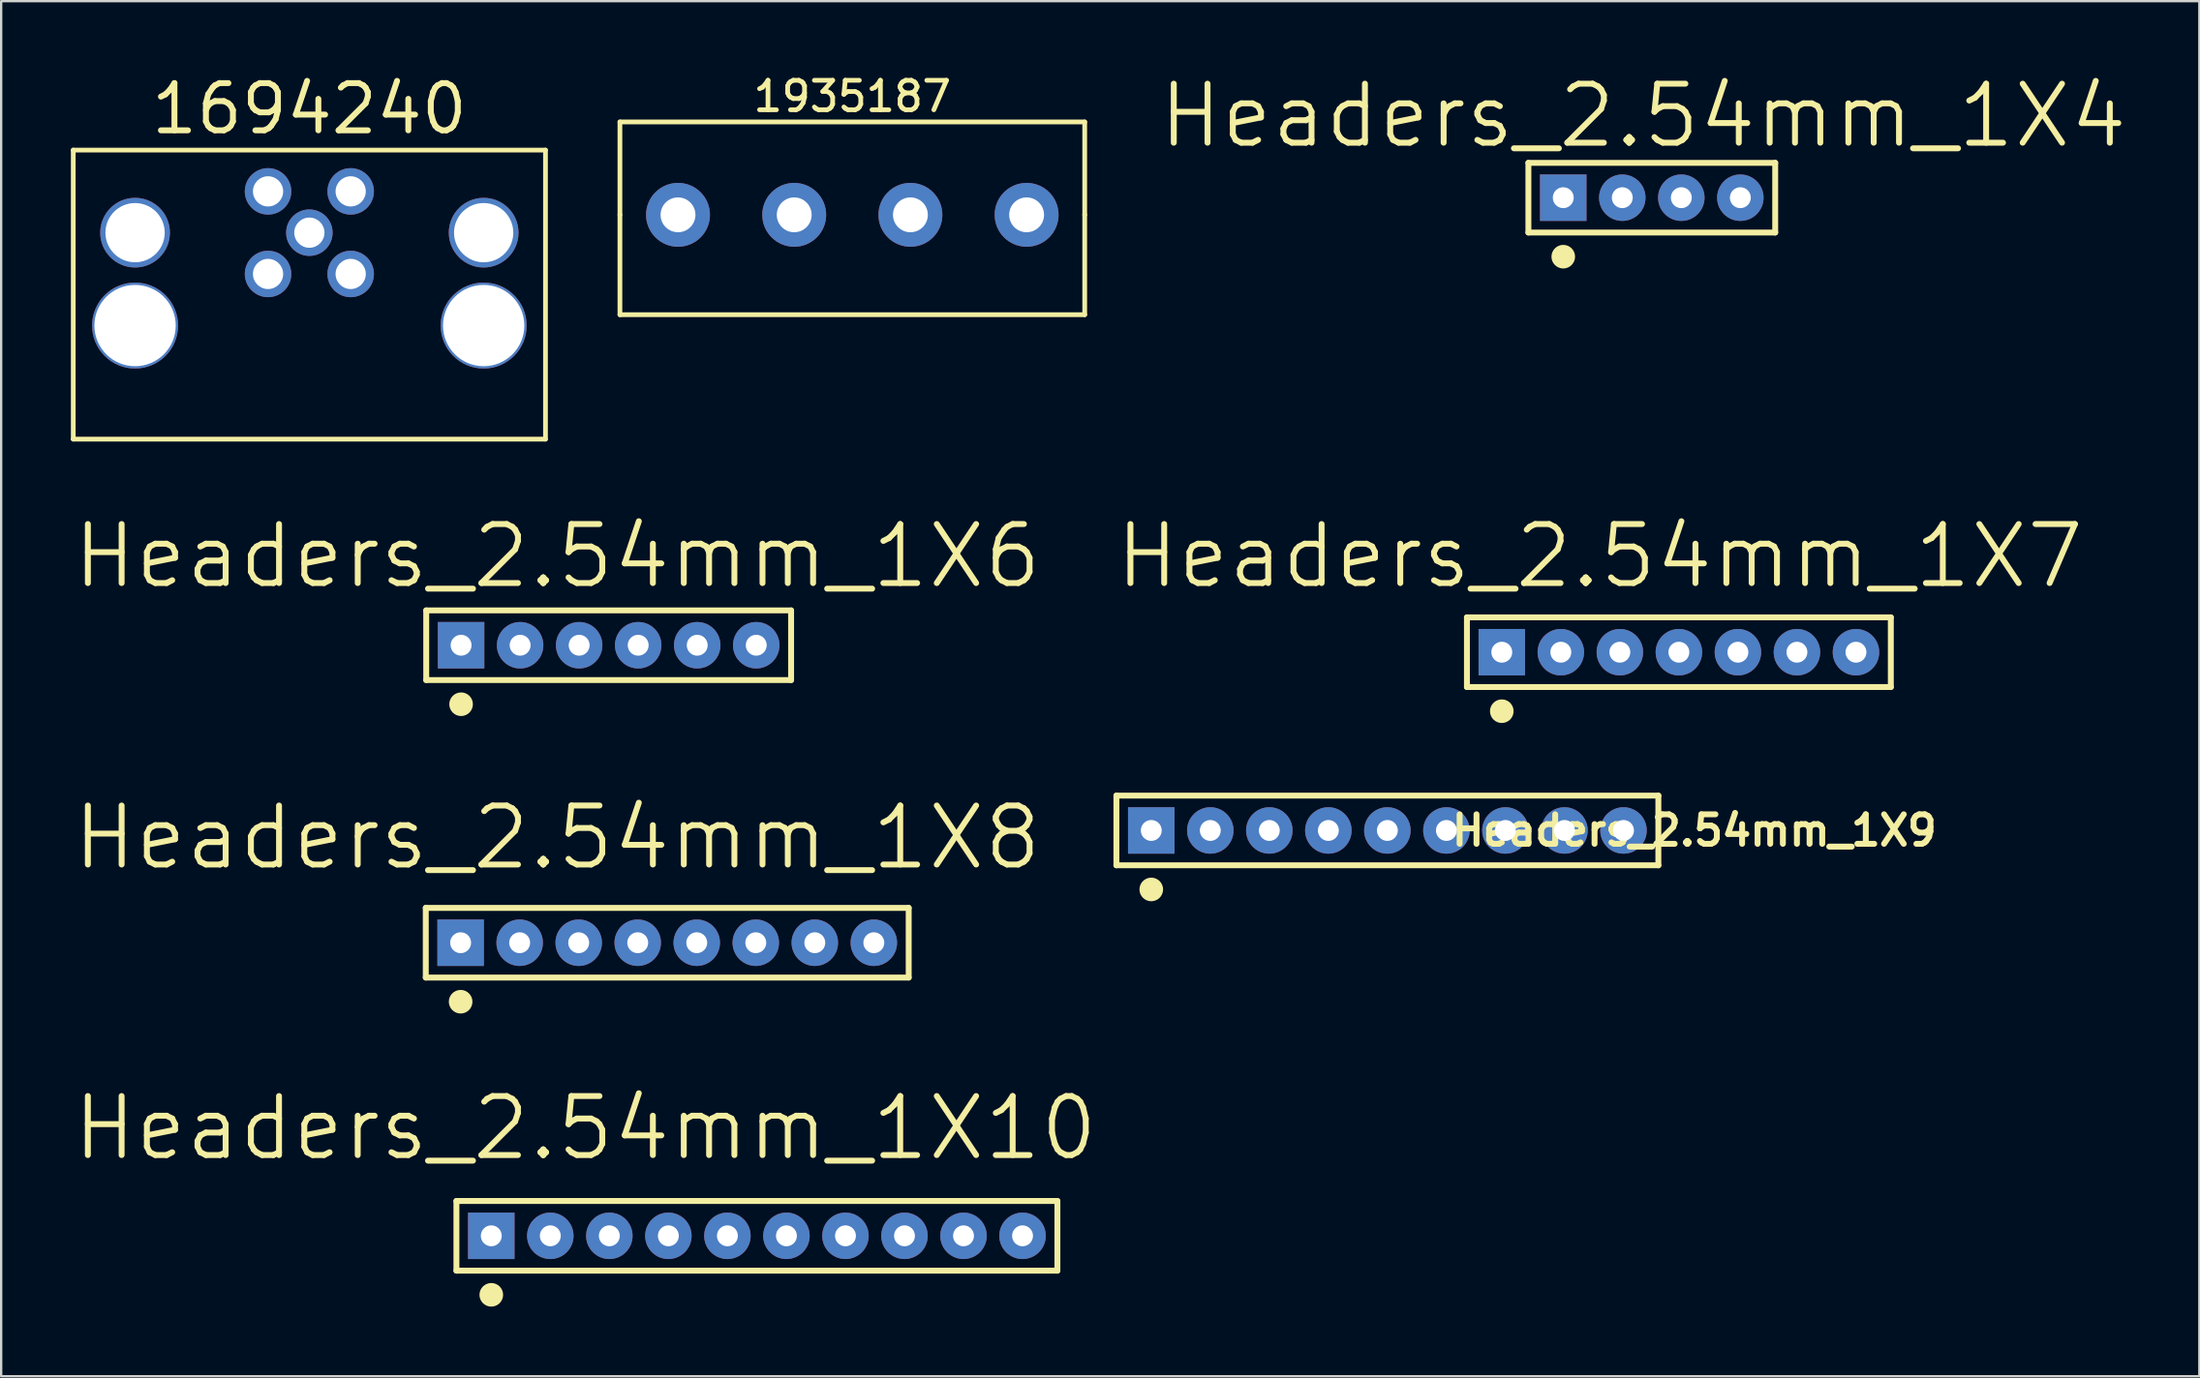
<source format=kicad_pcb>
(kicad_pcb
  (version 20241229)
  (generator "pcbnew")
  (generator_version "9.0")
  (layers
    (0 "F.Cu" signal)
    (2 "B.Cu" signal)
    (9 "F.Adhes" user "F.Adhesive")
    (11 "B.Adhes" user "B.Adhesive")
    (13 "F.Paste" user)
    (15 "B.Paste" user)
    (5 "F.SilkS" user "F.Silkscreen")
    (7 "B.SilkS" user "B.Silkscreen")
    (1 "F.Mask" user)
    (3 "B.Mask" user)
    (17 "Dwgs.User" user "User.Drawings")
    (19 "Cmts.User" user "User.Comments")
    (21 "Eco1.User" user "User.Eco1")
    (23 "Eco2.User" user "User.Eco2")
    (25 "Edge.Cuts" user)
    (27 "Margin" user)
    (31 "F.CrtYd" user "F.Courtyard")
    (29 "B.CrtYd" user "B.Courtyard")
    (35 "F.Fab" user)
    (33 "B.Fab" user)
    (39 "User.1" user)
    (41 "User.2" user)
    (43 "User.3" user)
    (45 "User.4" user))
  (footprint "1694240"
    (layer "F.Cu")
    (at 10.262 6.968)
    (property "Reference" "1694240" (at 0 -5.334 0) (layer "F.SilkS") (effects (font (size 2.032 2.032) (thickness 0.254))))
    (attr through_hole)
    (fp_line (start -10.16 -3.556) (end -10.16 8.89) (stroke (width 0.203) (type solid)) (layer "F.SilkS"))
    (fp_line (start -10.16 8.89) (end 10.16 8.89) (stroke (width 0.203) (type solid)) (layer "F.SilkS"))
    (fp_line (start 10.16 -3.556) (end -10.16 -3.556) (stroke (width 0.203) (type solid)) (layer "F.SilkS"))
    (fp_line (start 10.16 -3.556) (end 10.16 8.89) (stroke (width 0.203) (type solid)) (layer "F.SilkS"))
    (pad "1" thru_hole circle (at -1.778 -1.778) (size 2 2) (drill 1.3) (layers "*.Cu" "*.Mask"))
    (pad "2" thru_hole circle (at 1.778 -1.778) (size 2 2) (drill 1.3) (layers "*.Cu" "*.Mask"))
    (pad "3" thru_hole circle (at 1.778 1.778) (size 2 2) (drill 1.3) (layers "*.Cu" "*.Mask"))
    (pad "4" thru_hole circle (at -1.778 1.778) (size 2 2) (drill 1.3) (layers "*.Cu" "*.Mask"))
    (pad "5" thru_hole circle (at 0 0) (size 2 2) (drill 1.3) (layers "*.Cu" "*.Mask"))
    (pad "6" thru_hole circle (at -7.5 0) (size 3 3) (drill 2.55) (layers "*.Cu" "*.Mask"))
    (pad "7" thru_hole circle (at 7.5 0) (size 3 3) (drill 2.55) (layers "*.Cu" "*.Mask"))
    (pad "8" thru_hole circle (at -7.5 4) (size 3.7 3.7) (drill 3.5) (layers "*.Cu" "*.Mask"))
    (pad "9" thru_hole circle (at 7.5 4) (size 3.7 3.7) (drill 3.5) (layers "*.Cu" "*.Mask")))
  (footprint "Headers_2.54mm_1X6"
    (layer "F.Cu")
    (at 16.791 24.732)
    (property "Reference" "Headers_2.54mm_1X6" (at 4.14 -3.84 0) (layer "F.SilkS") (effects (font (size 2.54 2.54) (thickness 0.254))))
    (attr through_hole)
    (fp_line (start -1.5 -1.5) (end -1.5 1.5) (stroke (width 0.254) (type solid)) (layer "F.SilkS"))
    (fp_line (start -1.5 1.5) (end 14.2 1.5) (stroke (width 0.254) (type solid)) (layer "F.SilkS"))
    (fp_line (start 14.2 -1.5) (end -1.5 -1.5) (stroke (width 0.254) (type solid)) (layer "F.SilkS"))
    (fp_line (start 14.2 1.5) (end 14.2 -1.5) (stroke (width 0.254) (type solid)) (layer "F.SilkS"))
    (fp_circle (center 0 2.54) (end 0.254 2.54) (stroke (width 0.508) (type solid)) (fill no) (layer "F.SilkS"))
    (pad "1" thru_hole rect (at 0 0) (size 2 2) (drill 0.9) (layers "*.Cu" "*.Mask"))
    (pad "2" thru_hole circle (at 2.54 0) (size 2 2) (drill 0.9) (layers "*.Cu" "*.Mask"))
    (pad "3" thru_hole circle (at 5.08 0) (size 2 2) (drill 0.9) (layers "*.Cu" "*.Mask"))
    (pad "4" thru_hole circle (at 7.62 0) (size 2 2) (drill 0.9) (layers "*.Cu" "*.Mask"))
    (pad "5" thru_hole circle (at 10.16 0) (size 2 2) (drill 0.9) (layers "*.Cu" "*.Mask"))
    (pad "6" thru_hole circle (at 12.7 0) (size 2 2) (drill 0.9) (layers "*.Cu" "*.Mask")))
  (footprint "1935187"
    (layer "F.Cu")
    (at 38.625 6.2)
    (property "Reference" "1935187" (at -5 -5.1 0) (layer "F.SilkS") (effects (font (size 1.27 1.27) (thickness 0.203))))
    (attr through_hole)
    (fp_line (start -15 -4) (end -15 0) (stroke (width 0.203) (type solid)) (layer "F.SilkS"))
    (fp_line (start -15 0) (end -15 4.3) (stroke (width 0.203) (type solid)) (layer "F.SilkS"))
    (fp_line (start -15 4.3) (end 5 4.3) (stroke (width 0.203) (type solid)) (layer "F.SilkS"))
    (fp_line (start 5 -4) (end -15 -4) (stroke (width 0.203) (type solid)) (layer "F.SilkS"))
    (fp_line (start 5 0) (end 5 -4) (stroke (width 0.203) (type solid)) (layer "F.SilkS"))
    (fp_line (start 5 4.3) (end 5 0) (stroke (width 0.203) (type solid)) (layer "F.SilkS"))
    (pad "1" thru_hole circle (at -12.5 0) (size 2.75 2.75) (drill 1.5) (layers "*.Cu" "*.Mask"))
    (pad "2" thru_hole circle (at -7.5 0) (size 2.75 2.75) (drill 1.5) (layers "*.Cu" "*.Mask"))
    (pad "3" thru_hole circle (at -2.5 0) (size 2.75 2.75) (drill 1.5) (layers "*.Cu" "*.Mask"))
    (pad "4" thru_hole circle (at 2.5 0) (size 2.75 2.75) (drill 1.5) (layers "*.Cu" "*.Mask")))
  (footprint "Headers_2.54mm_1X9"
    (layer "F.Cu")
    (at 56.649 32.707)
    (property "Reference" "Headers_2.54mm_1X9" (at 13.208 0 0) (layer "F.SilkS") (effects (font (size 1.27 1.27) (thickness 0.254))))
    (attr through_hole)
    (fp_line (start -11.66 -1.5) (end -11.66 1.5) (stroke (width 0.254) (type solid)) (layer "F.SilkS"))
    (fp_line (start -11.66 1.5) (end 11.66 1.5) (stroke (width 0.254) (type solid)) (layer "F.SilkS"))
    (fp_line (start 11.66 -1.5) (end -11.66 -1.5) (stroke (width 0.254) (type solid)) (layer "F.SilkS"))
    (fp_line (start 11.66 1.5) (end 11.66 -1.5) (stroke (width 0.254) (type solid)) (layer "F.SilkS"))
    (fp_circle (center -10.16 2.54) (end -9.906 2.54) (stroke (width 0.508) (type solid)) (fill no) (layer "F.SilkS"))
    (pad "1" thru_hole rect (at -10.16 0) (size 2 2) (drill 0.9) (layers "*.Cu" "*.Mask"))
    (pad "2" thru_hole circle (at -7.62 0) (size 2 2) (drill 0.9) (layers "*.Cu" "*.Mask"))
    (pad "3" thru_hole circle (at -5.08 0) (size 2 2) (drill 0.9) (layers "*.Cu" "*.Mask"))
    (pad "4" thru_hole circle (at -2.54 0) (size 2 2) (drill 0.9) (layers "*.Cu" "*.Mask"))
    (pad "5" thru_hole circle (at 0 0) (size 2 2) (drill 0.9) (layers "*.Cu" "*.Mask"))
    (pad "6" thru_hole circle (at 2.54 0) (size 2 2) (drill 0.9) (layers "*.Cu" "*.Mask"))
    (pad "7" thru_hole circle (at 5.08 0) (size 2 2) (drill 0.9) (layers "*.Cu" "*.Mask"))
    (pad "8" thru_hole circle (at 7.62 0) (size 2 2) (drill 0.9) (layers "*.Cu" "*.Mask"))
    (pad "9" thru_hole circle (at 10.16 0) (size 2 2) (drill 0.9) (layers "*.Cu" "*.Mask")))
  (footprint "Headers_2.54mm_1X10"
    (layer "F.Cu")
    (at 18.09 50.161)
    (property "Reference" "Headers_2.54mm_1X10" (at 4.05 -4.64 0) (layer "F.SilkS") (effects (font (size 2.54 2.54) (thickness 0.254))))
    (attr through_hole)
    (fp_line (start -1.5 -1.5) (end -1.5 1.5) (stroke (width 0.254) (type solid)) (layer "F.SilkS"))
    (fp_line (start -1.5 1.5) (end 24.36 1.5) (stroke (width 0.254) (type solid)) (layer "F.SilkS"))
    (fp_line (start 24.36 -1.5) (end -1.5 -1.5) (stroke (width 0.254) (type solid)) (layer "F.SilkS"))
    (fp_line (start 24.36 1.5) (end 24.36 -1.5) (stroke (width 0.254) (type solid)) (layer "F.SilkS"))
    (fp_circle (center 0 2.54) (end 0.254 2.54) (stroke (width 0.508) (type solid)) (fill no) (layer "F.SilkS"))
    (pad "1" thru_hole rect (at 0 0) (size 2 2) (drill 0.9) (layers "*.Cu" "*.Mask"))
    (pad "2" thru_hole circle (at 2.54 0) (size 2 2) (drill 0.9) (layers "*.Cu" "*.Mask"))
    (pad "3" thru_hole circle (at 5.08 0) (size 2 2) (drill 0.9) (layers "*.Cu" "*.Mask"))
    (pad "4" thru_hole circle (at 7.62 0) (size 2 2) (drill 0.9) (layers "*.Cu" "*.Mask"))
    (pad "5" thru_hole circle (at 10.16 0) (size 2 2) (drill 0.9) (layers "*.Cu" "*.Mask"))
    (pad "6" thru_hole circle (at 12.7 0) (size 2 2) (drill 0.9) (layers "*.Cu" "*.Mask"))
    (pad "7" thru_hole circle (at 15.24 0) (size 2 2) (drill 0.9) (layers "*.Cu" "*.Mask"))
    (pad "8" thru_hole circle (at 17.78 0) (size 2 2) (drill 0.9) (layers "*.Cu" "*.Mask"))
    (pad "9" thru_hole circle (at 20.32 0) (size 2 2) (drill 0.9) (layers "*.Cu" "*.Mask"))
    (pad "10" thru_hole circle (at 22.86 0) (size 2 2) (drill 0.9) (layers "*.Cu" "*.Mask")))
  (footprint "Headers_2.54mm_1X8"
    (layer "F.Cu")
    (at 16.771 37.541)
    (property "Reference" "Headers_2.54mm_1X8" (at 4.16 -4.53 0) (layer "F.SilkS") (effects (font (size 2.54 2.54) (thickness 0.254))))
    (attr through_hole)
    (fp_line (start -1.5 -1.5) (end -1.5 1.5) (stroke (width 0.254) (type solid)) (layer "F.SilkS"))
    (fp_line (start -1.5 1.5) (end 19.28 1.5) (stroke (width 0.254) (type solid)) (layer "F.SilkS"))
    (fp_line (start 19.28 -1.5) (end -1.5 -1.5) (stroke (width 0.254) (type solid)) (layer "F.SilkS"))
    (fp_line (start 19.28 1.5) (end 19.28 -1.5) (stroke (width 0.254) (type solid)) (layer "F.SilkS"))
    (fp_circle (center 0 2.54) (end 0.254 2.54) (stroke (width 0.508) (type solid)) (fill no) (layer "F.SilkS"))
    (pad "1" thru_hole rect (at 0 0) (size 2 2) (drill 0.9) (layers "*.Cu" "*.Mask"))
    (pad "2" thru_hole circle (at 2.54 0) (size 2 2) (drill 0.9) (layers "*.Cu" "*.Mask"))
    (pad "3" thru_hole circle (at 5.08 0) (size 2 2) (drill 0.9) (layers "*.Cu" "*.Mask"))
    (pad "4" thru_hole circle (at 7.62 0) (size 2 2) (drill 0.9) (layers "*.Cu" "*.Mask"))
    (pad "5" thru_hole circle (at 10.16 0) (size 2 2) (drill 0.9) (layers "*.Cu" "*.Mask"))
    (pad "6" thru_hole circle (at 12.7 0) (size 2 2) (drill 0.9) (layers "*.Cu" "*.Mask"))
    (pad "7" thru_hole circle (at 15.24 0) (size 2 2) (drill 0.9) (layers "*.Cu" "*.Mask"))
    (pad "8" thru_hole circle (at 17.78 0) (size 2 2) (drill 0.9) (layers "*.Cu" "*.Mask")))
  (footprint "Headers_2.54mm_1X4"
    (layer "F.Cu")
    (at 64.217 5.462)
    (property "Reference" "Headers_2.54mm_1X4" (at 3.44 -3.53 0) (layer "F.SilkS") (effects (font (size 2.54 2.54) (thickness 0.254))))
    (attr through_hole)
    (fp_line (start -1.5 -1.5) (end -1.5 1.5) (stroke (width 0.254) (type solid)) (layer "F.SilkS"))
    (fp_line (start -1.5 1.5) (end 9.12 1.5) (stroke (width 0.254) (type solid)) (layer "F.SilkS"))
    (fp_line (start 9.12 -1.5) (end -1.5 -1.5) (stroke (width 0.254) (type solid)) (layer "F.SilkS"))
    (fp_line (start 9.12 1.5) (end 9.12 -1.5) (stroke (width 0.254) (type solid)) (layer "F.SilkS"))
    (fp_circle (center 0 2.54) (end 0.254 2.54) (stroke (width 0.508) (type solid)) (fill no) (layer "F.SilkS"))
    (pad "1" thru_hole rect (at 0 0) (size 2 2) (drill 0.9) (layers "*.Cu" "*.Mask"))
    (pad "2" thru_hole circle (at 2.54 0) (size 2 2) (drill 0.9) (layers "*.Cu" "*.Mask"))
    (pad "3" thru_hole circle (at 5.08 0) (size 2 2) (drill 0.9) (layers "*.Cu" "*.Mask"))
    (pad "4" thru_hole circle (at 7.62 0) (size 2 2) (drill 0.9) (layers "*.Cu" "*.Mask")))
  (footprint "Headers_2.54mm_1X7"
    (layer "F.Cu")
    (at 61.572 25.032)
    (property "Reference" "Headers_2.54mm_1X7" (at 4.22 -4.14 0) (layer "F.SilkS") (effects (font (size 2.54 2.54) (thickness 0.254))))
    (attr through_hole)
    (fp_line (start -1.5 -1.5) (end -1.5 1.5) (stroke (width 0.254) (type solid)) (layer "F.SilkS"))
    (fp_line (start -1.5 1.5) (end 16.74 1.5) (stroke (width 0.254) (type solid)) (layer "F.SilkS"))
    (fp_line (start 16.74 -1.5) (end -1.5 -1.5) (stroke (width 0.254) (type solid)) (layer "F.SilkS"))
    (fp_line (start 16.74 1.5) (end 16.74 -1.5) (stroke (width 0.254) (type solid)) (layer "F.SilkS"))
    (fp_circle (center 0 2.54) (end 0.254 2.54) (stroke (width 0.508) (type solid)) (fill no) (layer "F.SilkS"))
    (pad "1" thru_hole rect (at 0 0) (size 2 2) (drill 0.9) (layers "*.Cu" "*.Mask"))
    (pad "2" thru_hole circle (at 2.54 0) (size 2 2) (drill 0.9) (layers "*.Cu" "*.Mask"))
    (pad "3" thru_hole circle (at 5.08 0) (size 2 2) (drill 0.9) (layers "*.Cu" "*.Mask"))
    (pad "4" thru_hole circle (at 7.62 0) (size 2 2) (drill 0.9) (layers "*.Cu" "*.Mask"))
    (pad "5" thru_hole circle (at 10.16 0) (size 2 2) (drill 0.9) (layers "*.Cu" "*.Mask"))
    (pad "6" thru_hole circle (at 12.7 0) (size 2 2) (drill 0.9) (layers "*.Cu" "*.Mask"))
    (pad "7" thru_hole circle (at 15.24 0) (size 2 2) (drill 0.9) (layers "*.Cu" "*.Mask")))
  (gr_rect
    (start -3 -3)
    (end 91.588 56.209)
    (stroke (width 0.1) (type default))
    (fill no)
    (layer "Edge.Cuts")))
</source>
